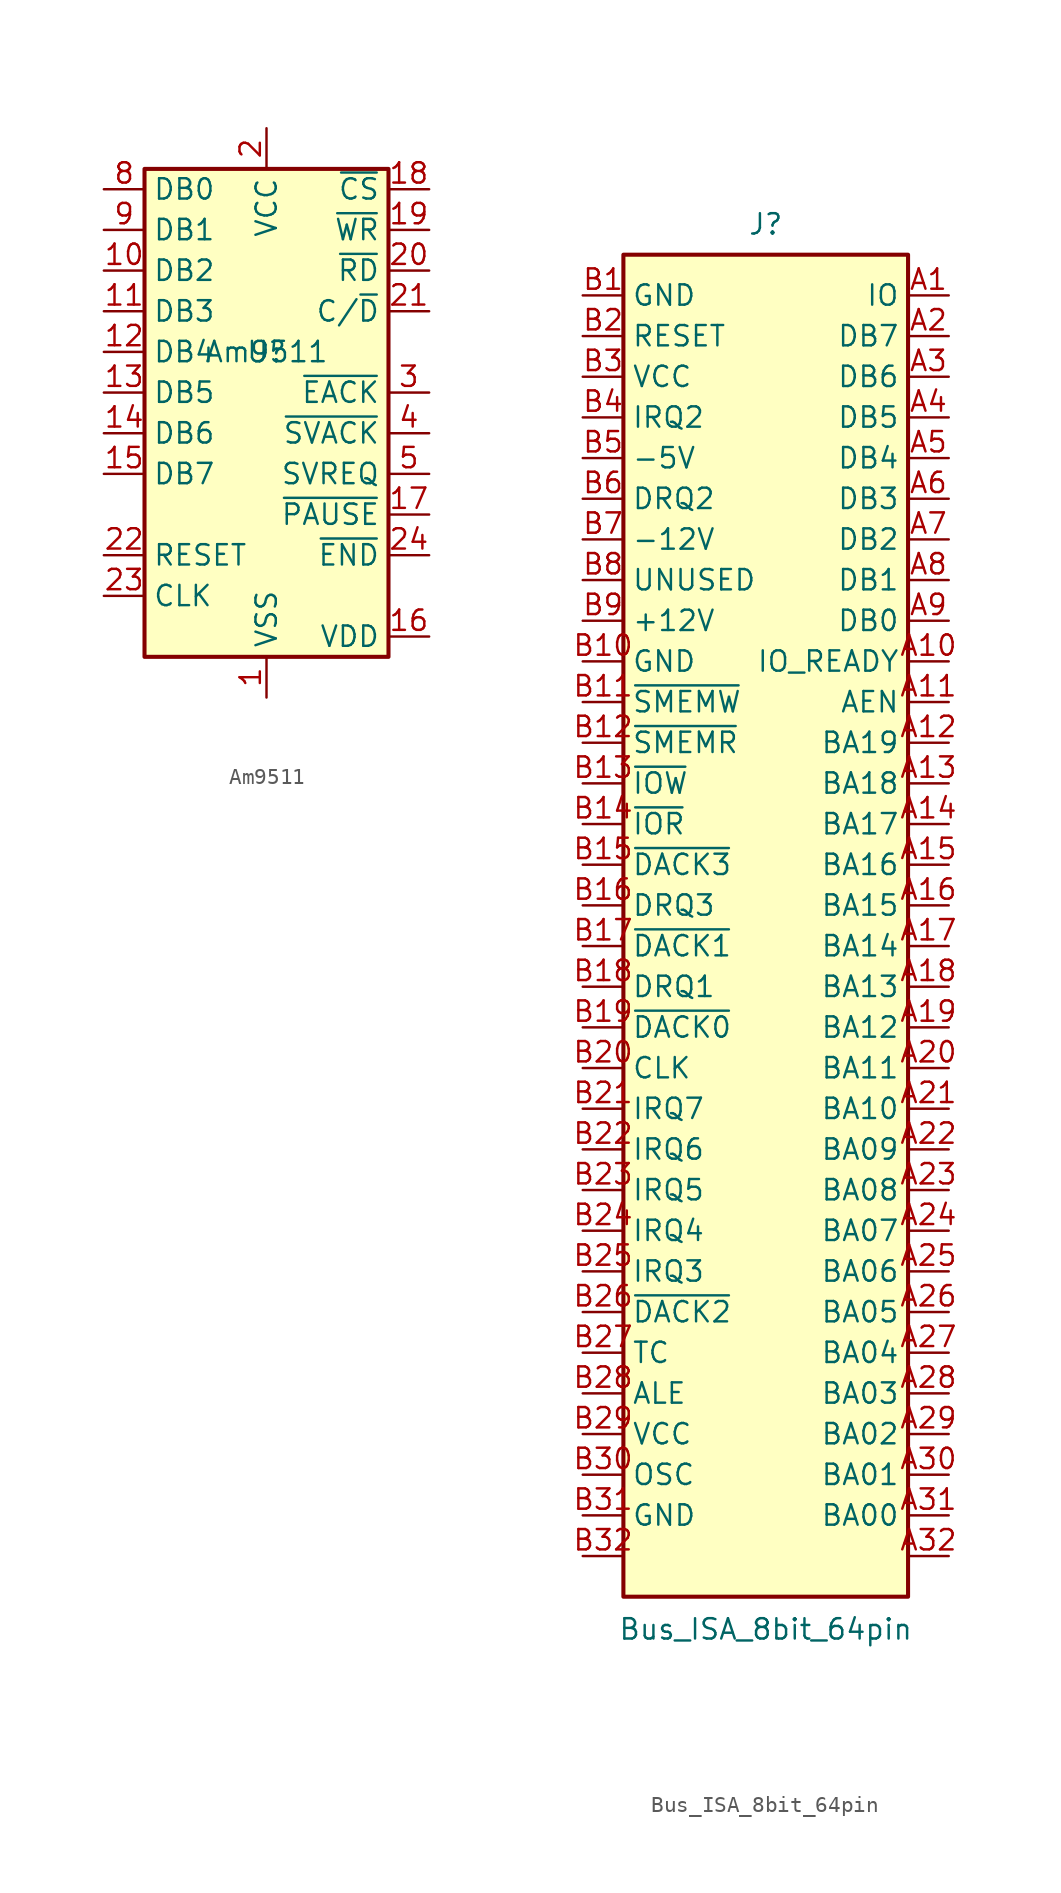
<source format=kicad_sym>
(kicad_symbol_lib
  (version 20241209)
  (generator "kicad_symbol_editor")
  (generator_version "9.0")
  (symbol "Am9511"
    (property "Reference" "U"
      (at 0 0 0)
      (effects (font (size 1.27 1.27))))
    (property "Value" "Am9511"
      (at 0 0 0)
      (effects (font (size 1.27 1.27))))
    (symbol "Am9511_0_1"
      (rectangle (start -7.62 11.43) (end 7.62 -19.05) (stroke (width 0.254) (type solid)) (fill (type background))))
    (symbol "Am9511_1_1"
      (pin bidirectional line (at -10.16 10.16 0) (length 2.54) (name "DB0" (effects (font (size 1.27 1.27)))) (number "8" (effects (font (size 1.27 1.27)))))
      (pin bidirectional line (at -10.16 7.62 0) (length 2.54) (name "DB1" (effects (font (size 1.27 1.27)))) (number "9" (effects (font (size 1.27 1.27)))))
      (pin bidirectional line (at -10.16 5.08 0) (length 2.54) (name "DB2" (effects (font (size 1.27 1.27)))) (number "10" (effects (font (size 1.27 1.27)))))
      (pin bidirectional line (at -10.16 2.54 0) (length 2.54) (name "DB3" (effects (font (size 1.27 1.27)))) (number "11" (effects (font (size 1.27 1.27)))))
      (pin bidirectional line (at -10.16 0 0) (length 2.54) (name "DB4" (effects (font (size 1.27 1.27)))) (number "12" (effects (font (size 1.27 1.27)))))
      (pin bidirectional line (at -10.16 -2.54 0) (length 2.54) (name "DB5" (effects (font (size 1.27 1.27)))) (number "13" (effects (font (size 1.27 1.27)))))
      (pin bidirectional line (at -10.16 -5.08 0) (length 2.54) (name "DB6" (effects (font (size 1.27 1.27)))) (number "14" (effects (font (size 1.27 1.27)))))
      (pin bidirectional line (at -10.16 -7.62 0) (length 2.54) (name "DB7" (effects (font (size 1.27 1.27)))) (number "15" (effects (font (size 1.27 1.27)))))
      (pin input line (at -10.16 -12.7 0) (length 2.54) (name "RESET" (effects (font (size 1.27 1.27)))) (number "22" (effects (font (size 1.27 1.27)))))
      (pin input line (at -10.16 -15.24 0) (length 2.54) (name "CLK" (effects (font (size 1.27 1.27)))) (number "23" (effects (font (size 1.27 1.27)))))
      (pin power_in line (at 0 13.97 270) (length 2.54) (name "VCC" (effects (font (size 1.27 1.27)))) (number "2" (effects (font (size 1.27 1.27)))))
      (pin power_in line (at 0 -21.59 90) (length 2.54) (name "VSS" (effects (font (size 1.27 1.27)))) (number "1" (effects (font (size 1.27 1.27)))))
      (pin input line (at 10.16 10.16 180) (length 2.54) (name "~{CS}" (effects (font (size 1.27 1.27)))) (number "18" (effects (font (size 1.27 1.27)))))
      (pin input line (at 10.16 7.62 180) (length 2.54) (name "~{WR}" (effects (font (size 1.27 1.27)))) (number "19" (effects (font (size 1.27 1.27)))))
      (pin input line (at 10.16 5.08 180) (length 2.54) (name "~{RD}" (effects (font (size 1.27 1.27)))) (number "20" (effects (font (size 1.27 1.27)))))
      (pin input line (at 10.16 2.54 180) (length 2.54) (name "C/~{D}" (effects (font (size 1.27 1.27)))) (number "21" (effects (font (size 1.27 1.27)))))
      (pin input line (at 10.16 -2.54 180) (length 2.54) (name "~{EACK}" (effects (font (size 1.27 1.27)))) (number "3" (effects (font (size 1.27 1.27)))))
      (pin input line (at 10.16 -5.08 180) (length 2.54) (name "~{SVACK}" (effects (font (size 1.27 1.27)))) (number "4" (effects (font (size 1.27 1.27)))))
      (pin output line (at 10.16 -7.62 180) (length 2.54) (name "SVREQ" (effects (font (size 1.27 1.27)))) (number "5" (effects (font (size 1.27 1.27)))))
      (pin output line (at 10.16 -10.16 180) (length 2.54) (name "~{PAUSE}" (effects (font (size 1.27 1.27)))) (number "17" (effects (font (size 1.27 1.27)))))
      (pin output line (at 10.16 -12.7 180) (length 2.54) (name "~{END}" (effects (font (size 1.27 1.27)))) (number "24" (effects (font (size 1.27 1.27)))))
      (pin power_in line (at 10.16 -17.78 180) (length 2.54) (name "VDD" (effects (font (size 1.27 1.27)))) (number "16" (effects (font (size 1.27 1.27)))))))
  (symbol "Bus_ISA_8bit_64pin"
    (property "Reference" "J"
      (at 0 42.545 0)
      (effects (font (size 1.27 1.27))))
    (property "Value" "Bus_ISA_8bit_64pin"
      (at 0 -45.212 0)
      (effects (font (size 1.27 1.27))))
    (symbol "Bus_ISA_8bit_64pin_0_1"
      (rectangle (start -8.89 40.64) (end 8.89 -43.18) (stroke (width 0.254) (type default)) (fill (type background))))
    (symbol "Bus_ISA_8bit_64pin_1_1"
      (pin power_in line (at -11.43 38.1 0) (length 2.54) (name "GND" (effects (font (size 1.27 1.27)))) (number "B1" (effects (font (size 1.27 1.27)))))
      (pin output line (at -11.43 35.56 0) (length 2.54) (name "RESET" (effects (font (size 1.27 1.27)))) (number "B2" (effects (font (size 1.27 1.27)))))
      (pin power_in line (at -11.43 33.02 0) (length 2.54) (name "VCC" (effects (font (size 1.27 1.27)))) (number "B3" (effects (font (size 1.27 1.27)))))
      (pin passive line (at -11.43 30.48 0) (length 2.54) (name "IRQ2" (effects (font (size 1.27 1.27)))) (number "B4" (effects (font (size 1.27 1.27)))))
      (pin power_in line (at -11.43 27.94 0) (length 2.54) (name "-5V" (effects (font (size 1.27 1.27)))) (number "B5" (effects (font (size 1.27 1.27)))))
      (pin passive line (at -11.43 25.4 0) (length 2.54) (name "DRQ2" (effects (font (size 1.27 1.27)))) (number "B6" (effects (font (size 1.27 1.27)))))
      (pin power_in line (at -11.43 22.86 0) (length 2.54) (name "-12V" (effects (font (size 1.27 1.27)))) (number "B7" (effects (font (size 1.27 1.27)))))
      (pin passive line (at -11.43 20.32 0) (length 2.54) (name "UNUSED" (effects (font (size 1.27 1.27)))) (number "B8" (effects (font (size 1.27 1.27)))))
      (pin power_in line (at -11.43 17.78 0) (length 2.54) (name "+12V" (effects (font (size 1.27 1.27)))) (number "B9" (effects (font (size 1.27 1.27)))))
      (pin power_in line (at -11.43 15.24 0) (length 2.54) (name "GND" (effects (font (size 1.27 1.27)))) (number "B10" (effects (font (size 1.27 1.27)))))
      (pin output line (at -11.43 12.7 0) (length 2.54) (name "~{SMEMW}" (effects (font (size 1.27 1.27)))) (number "B11" (effects (font (size 1.27 1.27)))))
      (pin output line (at -11.43 10.16 0) (length 2.54) (name "~{SMEMR}" (effects (font (size 1.27 1.27)))) (number "B12" (effects (font (size 1.27 1.27)))))
      (pin output line (at -11.43 7.62 0) (length 2.54) (name "~{IOW}" (effects (font (size 1.27 1.27)))) (number "B13" (effects (font (size 1.27 1.27)))))
      (pin output line (at -11.43 5.08 0) (length 2.54) (name "~{IOR}" (effects (font (size 1.27 1.27)))) (number "B14" (effects (font (size 1.27 1.27)))))
      (pin passive line (at -11.43 2.54 0) (length 2.54) (name "~{DACK3}" (effects (font (size 1.27 1.27)))) (number "B15" (effects (font (size 1.27 1.27)))))
      (pin passive line (at -11.43 0 0) (length 2.54) (name "DRQ3" (effects (font (size 1.27 1.27)))) (number "B16" (effects (font (size 1.27 1.27)))))
      (pin passive line (at -11.43 -2.54 0) (length 2.54) (name "~{DACK1}" (effects (font (size 1.27 1.27)))) (number "B17" (effects (font (size 1.27 1.27)))))
      (pin passive line (at -11.43 -5.08 0) (length 2.54) (name "DRQ1" (effects (font (size 1.27 1.27)))) (number "B18" (effects (font (size 1.27 1.27)))))
      (pin passive line (at -11.43 -7.62 0) (length 2.54) (name "~{DACK0}" (effects (font (size 1.27 1.27)))) (number "B19" (effects (font (size 1.27 1.27)))))
      (pin output line (at -11.43 -10.16 0) (length 2.54) (name "CLK" (effects (font (size 1.27 1.27)))) (number "B20" (effects (font (size 1.27 1.27)))))
      (pin passive line (at -11.43 -12.7 0) (length 2.54) (name "IRQ7" (effects (font (size 1.27 1.27)))) (number "B21" (effects (font (size 1.27 1.27)))))
      (pin passive line (at -11.43 -15.24 0) (length 2.54) (name "IRQ6" (effects (font (size 1.27 1.27)))) (number "B22" (effects (font (size 1.27 1.27)))))
      (pin passive line (at -11.43 -17.78 0) (length 2.54) (name "IRQ5" (effects (font (size 1.27 1.27)))) (number "B23" (effects (font (size 1.27 1.27)))))
      (pin passive line (at -11.43 -20.32 0) (length 2.54) (name "IRQ4" (effects (font (size 1.27 1.27)))) (number "B24" (effects (font (size 1.27 1.27)))))
      (pin passive line (at -11.43 -22.86 0) (length 2.54) (name "IRQ3" (effects (font (size 1.27 1.27)))) (number "B25" (effects (font (size 1.27 1.27)))))
      (pin passive line (at -11.43 -25.4 0) (length 2.54) (name "~{DACK2}" (effects (font (size 1.27 1.27)))) (number "B26" (effects (font (size 1.27 1.27)))))
      (pin passive line (at -11.43 -27.94 0) (length 2.54) (name "TC" (effects (font (size 1.27 1.27)))) (number "B27" (effects (font (size 1.27 1.27)))))
      (pin output line (at -11.43 -30.48 0) (length 2.54) (name "ALE" (effects (font (size 1.27 1.27)))) (number "B28" (effects (font (size 1.27 1.27)))))
      (pin power_in line (at -11.43 -33.02 0) (length 2.54) (name "VCC" (effects (font (size 1.27 1.27)))) (number "B29" (effects (font (size 1.27 1.27)))))
      (pin output line (at -11.43 -35.56 0) (length 2.54) (name "OSC" (effects (font (size 1.27 1.27)))) (number "B30" (effects (font (size 1.27 1.27)))))
      (pin power_in line (at -11.43 -38.1 0) (length 2.54) (name "GND" (effects (font (size 1.27 1.27)))) (number "B31" (effects (font (size 1.27 1.27)))))
      (pin power_in line (at -11.43 -40.64 0) (length 2.54) (name "" (effects (font (size 1.27 1.27)))) (number "B32" (effects (font (size 1.27 1.27)))))
      (pin passive line (at 11.43 38.1 180) (length 2.54) (name "IO" (effects (font (size 1.27 1.27)))) (number "A1" (effects (font (size 1.27 1.27)))))
      (pin tri_state line (at 11.43 35.56 180) (length 2.54) (name "DB7" (effects (font (size 1.27 1.27)))) (number "A2" (effects (font (size 1.27 1.27)))))
      (pin tri_state line (at 11.43 33.02 180) (length 2.54) (name "DB6" (effects (font (size 1.27 1.27)))) (number "A3" (effects (font (size 1.27 1.27)))))
      (pin tri_state line (at 11.43 30.48 180) (length 2.54) (name "DB5" (effects (font (size 1.27 1.27)))) (number "A4" (effects (font (size 1.27 1.27)))))
      (pin tri_state line (at 11.43 27.94 180) (length 2.54) (name "DB4" (effects (font (size 1.27 1.27)))) (number "A5" (effects (font (size 1.27 1.27)))))
      (pin tri_state line (at 11.43 25.4 180) (length 2.54) (name "DB3" (effects (font (size 1.27 1.27)))) (number "A6" (effects (font (size 1.27 1.27)))))
      (pin tri_state line (at 11.43 22.86 180) (length 2.54) (name "DB2" (effects (font (size 1.27 1.27)))) (number "A7" (effects (font (size 1.27 1.27)))))
      (pin tri_state line (at 11.43 20.32 180) (length 2.54) (name "DB1" (effects (font (size 1.27 1.27)))) (number "A8" (effects (font (size 1.27 1.27)))))
      (pin tri_state line (at 11.43 17.78 180) (length 2.54) (name "DB0" (effects (font (size 1.27 1.27)))) (number "A9" (effects (font (size 1.27 1.27)))))
      (pin passive line (at 11.43 15.24 180) (length 2.54) (name "IO_READY" (effects (font (size 1.27 1.27)))) (number "A10" (effects (font (size 1.27 1.27)))))
      (pin output line (at 11.43 12.7 180) (length 2.54) (name "AEN" (effects (font (size 1.27 1.27)))) (number "A11" (effects (font (size 1.27 1.27)))))
      (pin tri_state line (at 11.43 10.16 180) (length 2.54) (name "BA19" (effects (font (size 1.27 1.27)))) (number "A12" (effects (font (size 1.27 1.27)))))
      (pin tri_state line (at 11.43 7.62 180) (length 2.54) (name "BA18" (effects (font (size 1.27 1.27)))) (number "A13" (effects (font (size 1.27 1.27)))))
      (pin tri_state line (at 11.43 5.08 180) (length 2.54) (name "BA17" (effects (font (size 1.27 1.27)))) (number "A14" (effects (font (size 1.27 1.27)))))
      (pin tri_state line (at 11.43 2.54 180) (length 2.54) (name "BA16" (effects (font (size 1.27 1.27)))) (number "A15" (effects (font (size 1.27 1.27)))))
      (pin tri_state line (at 11.43 0 180) (length 2.54) (name "BA15" (effects (font (size 1.27 1.27)))) (number "A16" (effects (font (size 1.27 1.27)))))
      (pin tri_state line (at 11.43 -2.54 180) (length 2.54) (name "BA14" (effects (font (size 1.27 1.27)))) (number "A17" (effects (font (size 1.27 1.27)))))
      (pin tri_state line (at 11.43 -5.08 180) (length 2.54) (name "BA13" (effects (font (size 1.27 1.27)))) (number "A18" (effects (font (size 1.27 1.27)))))
      (pin tri_state line (at 11.43 -7.62 180) (length 2.54) (name "BA12" (effects (font (size 1.27 1.27)))) (number "A19" (effects (font (size 1.27 1.27)))))
      (pin tri_state line (at 11.43 -10.16 180) (length 2.54) (name "BA11" (effects (font (size 1.27 1.27)))) (number "A20" (effects (font (size 1.27 1.27)))))
      (pin tri_state line (at 11.43 -12.7 180) (length 2.54) (name "BA10" (effects (font (size 1.27 1.27)))) (number "A21" (effects (font (size 1.27 1.27)))))
      (pin tri_state line (at 11.43 -15.24 180) (length 2.54) (name "BA09" (effects (font (size 1.27 1.27)))) (number "A22" (effects (font (size 1.27 1.27)))))
      (pin tri_state line (at 11.43 -17.78 180) (length 2.54) (name "BA08" (effects (font (size 1.27 1.27)))) (number "A23" (effects (font (size 1.27 1.27)))))
      (pin tri_state line (at 11.43 -20.32 180) (length 2.54) (name "BA07" (effects (font (size 1.27 1.27)))) (number "A24" (effects (font (size 1.27 1.27)))))
      (pin tri_state line (at 11.43 -22.86 180) (length 2.54) (name "BA06" (effects (font (size 1.27 1.27)))) (number "A25" (effects (font (size 1.27 1.27)))))
      (pin tri_state line (at 11.43 -25.4 180) (length 2.54) (name "BA05" (effects (font (size 1.27 1.27)))) (number "A26" (effects (font (size 1.27 1.27)))))
      (pin tri_state line (at 11.43 -27.94 180) (length 2.54) (name "BA04" (effects (font (size 1.27 1.27)))) (number "A27" (effects (font (size 1.27 1.27)))))
      (pin tri_state line (at 11.43 -30.48 180) (length 2.54) (name "BA03" (effects (font (size 1.27 1.27)))) (number "A28" (effects (font (size 1.27 1.27)))))
      (pin tri_state line (at 11.43 -33.02 180) (length 2.54) (name "BA02" (effects (font (size 1.27 1.27)))) (number "A29" (effects (font (size 1.27 1.27)))))
      (pin tri_state line (at 11.43 -35.56 180) (length 2.54) (name "BA01" (effects (font (size 1.27 1.27)))) (number "A30" (effects (font (size 1.27 1.27)))))
      (pin tri_state line (at 11.43 -38.1 180) (length 2.54) (name "BA00" (effects (font (size 1.27 1.27)))) (number "A31" (effects (font (size 1.27 1.27)))))
      (pin tri_state line (at 11.43 -40.64 180) (length 2.54) (name "" (effects (font (size 1.27 1.27)))) (number "A32" (effects (font (size 1.27 1.27))))))))
</source>
